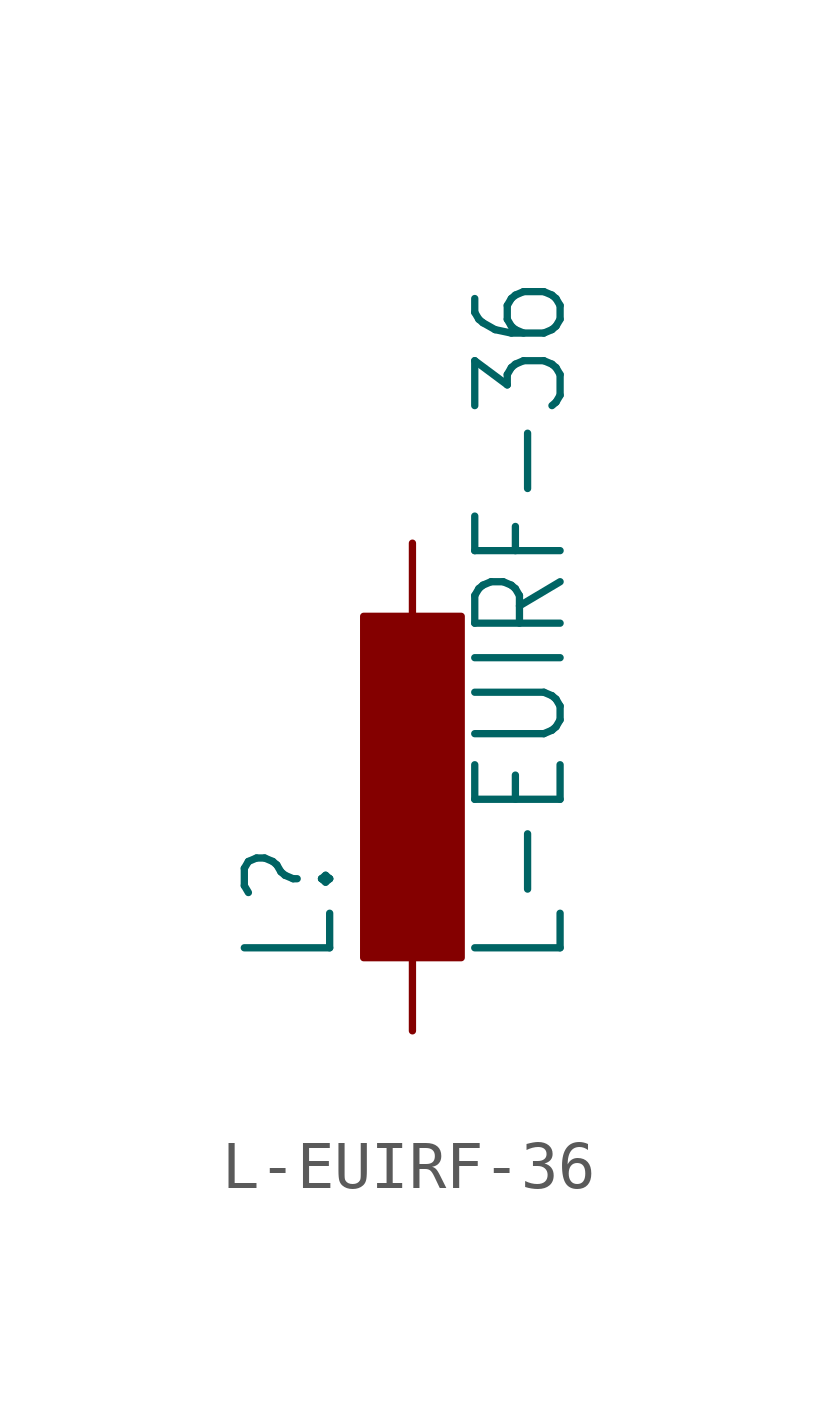
<source format=kicad_sym>
(kicad_symbol_lib
  (version 20211014)
  (generator kicad_symbol_editor)
  (symbol "L-EUIRF-36"
    (property "Reference" "L"
      (at -1.499 -3.81 90)
      (effects (font (size 1.778 1.511)) (justify left bottom)))
    (property "Value" "L-EUIRF-36"
      (at 3.302 -3.81 90)
      (effects (font (size 1.778 1.511)) (justify left bottom)))
    (property "ki_locked" ""
      (at 0 0 0)
      (effects (font (size 1.27 1.27))))
    (symbol "L-EUIRF-36_1_0"
      (rectangle (start -1.016 -3.556) (end 1.016 3.556) (stroke (width 0) (type default) (color 0 0 0 0)) (fill (type outline)))
      (pin passive line (at 0 5.08 270) (length 2.54) (name "1" (effects (font (size 0 0)))) (number "1" (effects (font (size 0 0)))))
      (pin passive line (at 0 -5.08 90) (length 2.54) (name "2" (effects (font (size 0 0)))) (number "2" (effects (font (size 0 0))))))))
</source>
